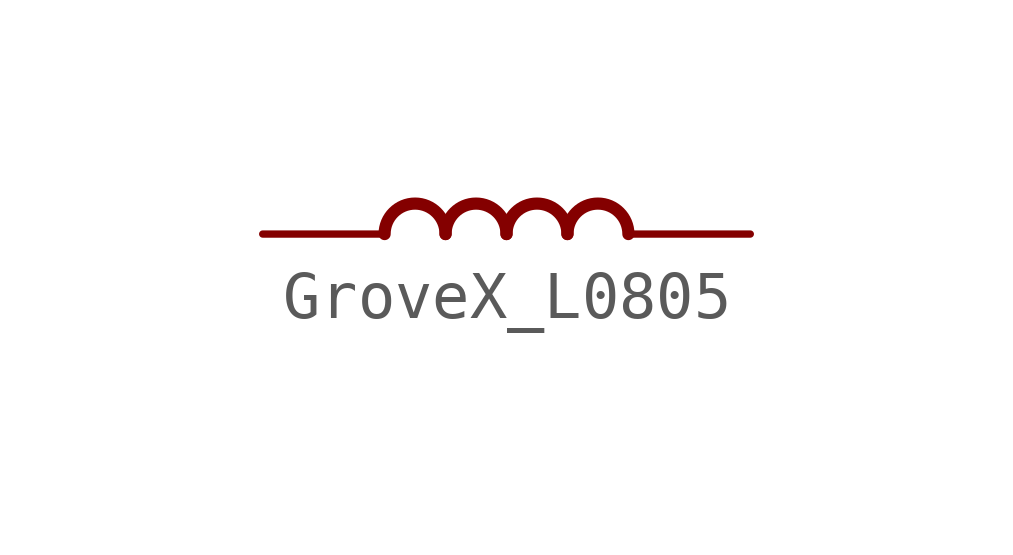
<source format=kicad_sym>
(kicad_symbol_lib
  (version 20231120)
  (generator "kicad_symbol_editor")
  (generator_version "8.0")
  (symbol "GroveX_L0805"
    (property "Reference" "L"
      (at -5.08 0 0)
      (effects (font (size 1.27 1.079)) (justify left bottom) (hide yes)))
    (property "ki_locked" ""
      (at 0 0 0)
      (effects (font (size 1.27 1.27))))
    (symbol "GroveX_L0805_1_0"
      (arc (start -1.27 0) (mid -1.905 0.635) (end -2.54 0) (stroke (width 0.254) (type solid)) (fill (type none)))
      (arc (start 0 0) (mid -0.635 0.635) (end -1.27 0) (stroke (width 0.254) (type solid)) (fill (type none)))
      (arc (start 1.27 0) (mid 0.635 0.635) (end 0 0) (stroke (width 0.254) (type solid)) (fill (type none)))
      (arc (start 2.54 0) (mid 1.905 0.635) (end 1.27 0) (stroke (width 0.254) (type solid)) (fill (type none)))
      (pin passive line (at -5.08 0 0) (length 2.54) (name "1" (effects (font (size 0 0)))) (number "1" (effects (font (size 0 0)))))
      (pin passive line (at 5.08 0 180) (length 2.54) (name "2" (effects (font (size 0 0)))) (number "2" (effects (font (size 0 0))))))))
</source>
